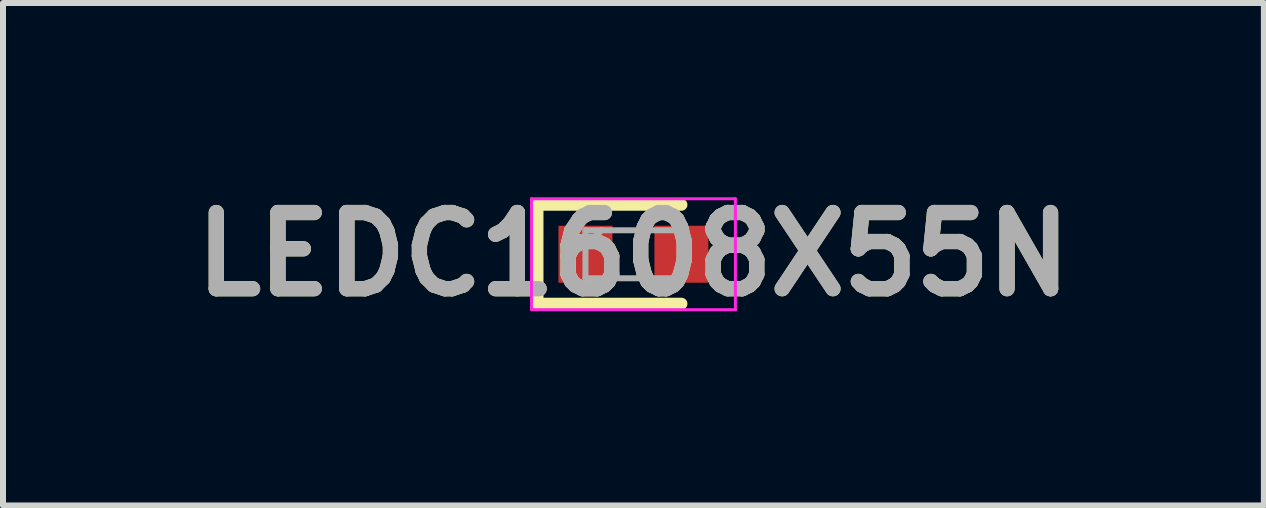
<source format=kicad_pcb>
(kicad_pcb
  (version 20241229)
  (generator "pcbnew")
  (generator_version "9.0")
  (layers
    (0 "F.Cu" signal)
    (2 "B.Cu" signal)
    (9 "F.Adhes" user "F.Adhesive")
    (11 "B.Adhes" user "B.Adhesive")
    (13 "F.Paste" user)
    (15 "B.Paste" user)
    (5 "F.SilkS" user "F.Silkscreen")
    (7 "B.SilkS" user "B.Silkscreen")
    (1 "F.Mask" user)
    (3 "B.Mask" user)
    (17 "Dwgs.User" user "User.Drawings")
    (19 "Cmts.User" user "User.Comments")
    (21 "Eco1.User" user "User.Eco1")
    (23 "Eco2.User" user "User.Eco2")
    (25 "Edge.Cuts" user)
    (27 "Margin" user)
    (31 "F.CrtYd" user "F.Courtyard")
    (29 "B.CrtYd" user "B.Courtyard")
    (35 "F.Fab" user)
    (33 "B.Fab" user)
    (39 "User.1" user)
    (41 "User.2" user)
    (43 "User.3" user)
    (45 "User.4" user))
  (footprint "LEDC1608X55N"
    (layer "F.Cu")
    (at 7.511 1.189)
    (property "Reference" "LEDC1608X55N" (at 0 0 0) (layer "F.SilkS") (effects (font (size 1.27 1.27) (thickness 0.254))))
    (attr smd)
    (fp_line (start -1.6 -0.825) (end -1.6 0.825) (stroke (width 0.2) (type solid)) (layer "F.SilkS"))
    (fp_line (start -1.6 0.825) (end 0.8 0.825) (stroke (width 0.2) (type solid)) (layer "F.SilkS"))
    (fp_line (start 0.8 -0.825) (end -1.6 -0.825) (stroke (width 0.2) (type solid)) (layer "F.SilkS"))
    (fp_line (start -1.7 -0.925) (end 1.7 -0.925) (stroke (width 0.05) (type solid)) (layer "F.CrtYd"))
    (fp_line (start -1.7 0.925) (end -1.7 -0.925) (stroke (width 0.05) (type solid)) (layer "F.CrtYd"))
    (fp_line (start 1.7 -0.925) (end 1.7 0.925) (stroke (width 0.05) (type solid)) (layer "F.CrtYd"))
    (fp_line (start 1.7 0.925) (end -1.7 0.925) (stroke (width 0.05) (type solid)) (layer "F.CrtYd"))
    (fp_line (start -0.8 -0.4) (end 0.8 -0.4) (stroke (width 0.1) (type solid)) (layer "F.Fab"))
    (fp_line (start -0.8 -0.133) (end -0.533 -0.4) (stroke (width 0.1) (type solid)) (layer "F.Fab"))
    (fp_line (start -0.8 0.4) (end -0.8 -0.4) (stroke (width 0.1) (type solid)) (layer "F.Fab"))
    (fp_line (start 0.8 -0.4) (end 0.8 0.4) (stroke (width 0.1) (type solid)) (layer "F.Fab"))
    (fp_line (start 0.8 0.4) (end -0.8 0.4) (stroke (width 0.1) (type solid)) (layer "F.Fab"))
    (fp_text user "${REFERENCE}" (at 0 0 0) (layer "F.Fab") (effects (font (size 1.27 1.27) (thickness 0.254))))
    (pad "1" smd rect (at -0.8 0) (size 0.9 0.95) (layers "F.Cu" "F.Mask" "F.Paste"))
    (pad "2" smd rect (at 0.8 0) (size 0.9 0.95) (layers "F.Cu" "F.Mask" "F.Paste")))
  (gr_rect
    (start -3 -3)
    (end 18.022 5.377)
    (stroke (width 0.1) (type default))
    (fill no)
    (layer "Edge.Cuts")))
</source>
